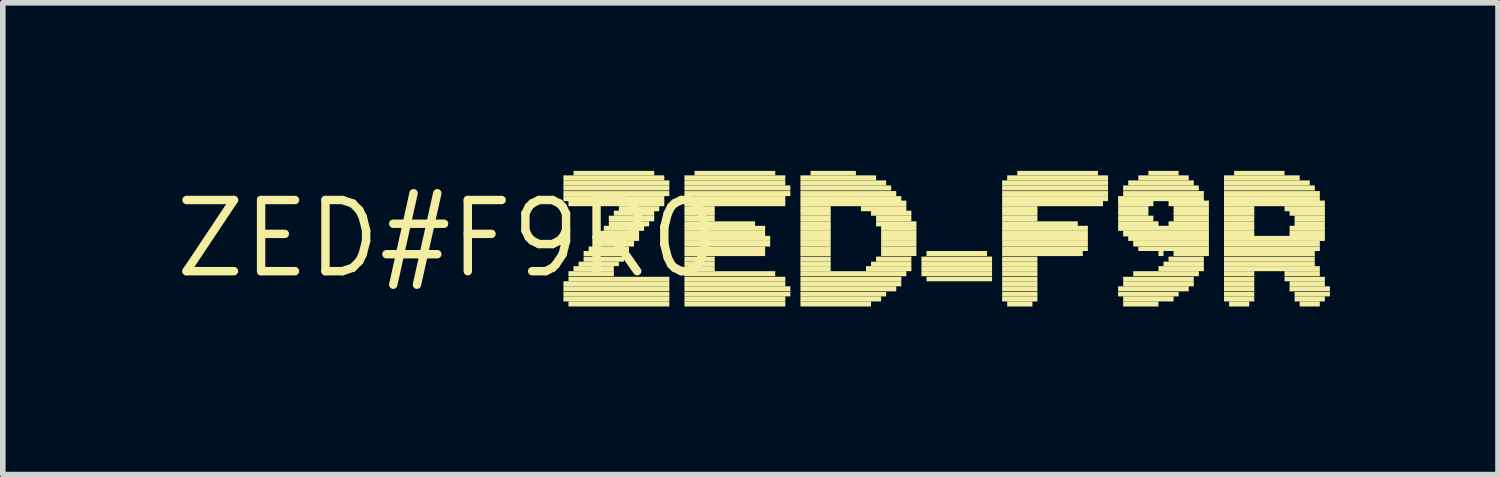
<source format=kicad_pcb>
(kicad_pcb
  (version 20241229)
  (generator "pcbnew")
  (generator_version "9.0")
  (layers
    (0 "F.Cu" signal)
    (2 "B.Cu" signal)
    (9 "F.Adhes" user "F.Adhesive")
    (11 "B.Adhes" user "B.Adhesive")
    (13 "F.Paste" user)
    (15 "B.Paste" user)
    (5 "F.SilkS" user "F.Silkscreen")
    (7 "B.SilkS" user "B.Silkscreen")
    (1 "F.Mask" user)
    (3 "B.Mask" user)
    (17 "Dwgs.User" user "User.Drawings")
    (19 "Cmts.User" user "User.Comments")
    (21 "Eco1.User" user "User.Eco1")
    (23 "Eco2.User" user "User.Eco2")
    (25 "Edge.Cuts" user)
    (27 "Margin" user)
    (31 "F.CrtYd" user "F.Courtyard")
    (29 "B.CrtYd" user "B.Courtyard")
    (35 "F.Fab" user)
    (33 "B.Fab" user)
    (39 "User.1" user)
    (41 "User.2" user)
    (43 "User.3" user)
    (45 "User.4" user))
  (footprint "ZED#F9R0"
    (layer "F.Cu")
    (at 4.936 1.21)
    (property "Reference" "ZED#F9R0" (at 0 0 0) (layer "F.SilkS") (effects (font (size 1.27 1.27) (thickness 0.15))))
    (fp_poly (pts (xy 2.07 -1.04) (xy 3.87 -1.04) (xy 3.87 -1.13) (xy 2.07 -1.13)) (stroke (width 0) (type default)) (fill yes) (layer "F.SilkS"))
    (fp_poly (pts (xy 2.07 -0.95) (xy 3.96 -0.95) (xy 3.96 -1.04) (xy 2.07 -1.04)) (stroke (width 0) (type default)) (fill yes) (layer "F.SilkS"))
    (fp_poly (pts (xy 2.07 -0.86) (xy 3.96 -0.86) (xy 3.96 -0.95) (xy 2.07 -0.95)) (stroke (width 0) (type default)) (fill yes) (layer "F.SilkS"))
    (fp_poly (pts (xy 2.07 -0.76) (xy 3.96 -0.76) (xy 3.96 -0.85) (xy 2.07 -0.85)) (stroke (width 0) (type default)) (fill yes) (layer "F.SilkS"))
    (fp_poly (pts (xy 2.07 -0.67) (xy 3.87 -0.67) (xy 3.87 -0.76) (xy 2.07 -0.76)) (stroke (width 0) (type default)) (fill yes) (layer "F.SilkS"))
    (fp_poly (pts (xy 2.07 0.85) (xy 3.96 0.85) (xy 3.96 0.76) (xy 2.07 0.76)) (stroke (width 0) (type default)) (fill yes) (layer "F.SilkS"))
    (fp_poly (pts (xy 2.07 0.94) (xy 3.96 0.94) (xy 3.96 0.85) (xy 2.07 0.85)) (stroke (width 0) (type default)) (fill yes) (layer "F.SilkS"))
    (fp_poly (pts (xy 2.07 1.03) (xy 3.96 1.03) (xy 3.96 0.95) (xy 2.07 0.95)) (stroke (width 0) (type default)) (fill yes) (layer "F.SilkS"))
    (fp_poly (pts (xy 2.07 1.12) (xy 3.96 1.12) (xy 3.96 1.03) (xy 2.07 1.03)) (stroke (width 0) (type default)) (fill yes) (layer "F.SilkS"))
    (fp_poly (pts (xy 2.16 -0.58) (xy 3.87 -0.58) (xy 3.87 -0.68) (xy 2.16 -0.68)) (stroke (width 0) (type default)) (fill yes) (layer "F.SilkS"))
    (fp_poly (pts (xy 2.16 0.67) (xy 2.97 0.67) (xy 2.97 0.58) (xy 2.16 0.58)) (stroke (width 0) (type default)) (fill yes) (layer "F.SilkS"))
    (fp_poly (pts (xy 2.16 0.76) (xy 3.96 0.76) (xy 3.96 0.68) (xy 2.16 0.68)) (stroke (width 0) (type default)) (fill yes) (layer "F.SilkS"))
    (fp_poly (pts (xy 2.16 1.21) (xy 3.96 1.21) (xy 3.96 1.12) (xy 2.16 1.12)) (stroke (width 0) (type default)) (fill yes) (layer "F.SilkS"))
    (fp_poly (pts (xy 2.25 -1.13) (xy 3.69 -1.13) (xy 3.69 -1.21) (xy 2.25 -1.21)) (stroke (width 0) (type default)) (fill yes) (layer "F.SilkS"))
    (fp_poly (pts (xy 2.25 0.58) (xy 2.97 0.58) (xy 2.97 0.49) (xy 2.25 0.49)) (stroke (width 0) (type default)) (fill yes) (layer "F.SilkS"))
    (fp_poly (pts (xy 2.34 0.49) (xy 3.06 0.49) (xy 3.06 0.41) (xy 2.34 0.41)) (stroke (width 0) (type default)) (fill yes) (layer "F.SilkS"))
    (fp_poly (pts (xy 2.43 0.31) (xy 3.24 0.31) (xy 3.24 0.22) (xy 2.43 0.22)) (stroke (width 0) (type default)) (fill yes) (layer "F.SilkS"))
    (fp_poly (pts (xy 2.43 0.41) (xy 3.15 0.41) (xy 3.15 0.32) (xy 2.43 0.32)) (stroke (width 0) (type default)) (fill yes) (layer "F.SilkS"))
    (fp_poly (pts (xy 2.52 0.22) (xy 3.24 0.22) (xy 3.24 0.14) (xy 2.52 0.14)) (stroke (width 0) (type default)) (fill yes) (layer "F.SilkS"))
    (fp_poly (pts (xy 2.61 0.04) (xy 3.42 0.04) (xy 3.42 -0.05) (xy 2.61 -0.05)) (stroke (width 0) (type default)) (fill yes) (layer "F.SilkS"))
    (fp_poly (pts (xy 2.61 0.14) (xy 3.33 0.14) (xy 3.33 0.04) (xy 2.61 0.04)) (stroke (width 0) (type default)) (fill yes) (layer "F.SilkS"))
    (fp_poly (pts (xy 2.7 -0.04) (xy 3.42 -0.04) (xy 3.42 -0.14) (xy 2.7 -0.14)) (stroke (width 0) (type default)) (fill yes) (layer "F.SilkS"))
    (fp_poly (pts (xy 2.79 -0.14) (xy 3.51 -0.14) (xy 3.51 -0.23) (xy 2.79 -0.23)) (stroke (width 0) (type default)) (fill yes) (layer "F.SilkS"))
    (fp_poly (pts (xy 2.88 -0.31) (xy 3.69 -0.31) (xy 3.69 -0.41) (xy 2.88 -0.41)) (stroke (width 0) (type default)) (fill yes) (layer "F.SilkS"))
    (fp_poly (pts (xy 2.88 -0.22) (xy 3.6 -0.22) (xy 3.6 -0.31) (xy 2.88 -0.31)) (stroke (width 0) (type default)) (fill yes) (layer "F.SilkS"))
    (fp_poly (pts (xy 2.97 -0.41) (xy 3.69 -0.41) (xy 3.69 -0.5) (xy 2.97 -0.5)) (stroke (width 0) (type default)) (fill yes) (layer "F.SilkS"))
    (fp_poly (pts (xy 3.06 -0.49) (xy 3.78 -0.49) (xy 3.78 -0.58) (xy 3.06 -0.58)) (stroke (width 0) (type default)) (fill yes) (layer "F.SilkS"))
    (fp_poly (pts (xy 4.23 -1.04) (xy 6.03 -1.04) (xy 6.03 -1.13) (xy 4.23 -1.13)) (stroke (width 0) (type default)) (fill yes) (layer "F.SilkS"))
    (fp_poly (pts (xy 4.23 -0.95) (xy 6.03 -0.95) (xy 6.03 -1.04) (xy 4.23 -1.04)) (stroke (width 0) (type default)) (fill yes) (layer "F.SilkS"))
    (fp_poly (pts (xy 4.23 -0.86) (xy 6.12 -0.86) (xy 6.12 -0.95) (xy 4.23 -0.95)) (stroke (width 0) (type default)) (fill yes) (layer "F.SilkS"))
    (fp_poly (pts (xy 4.23 -0.76) (xy 6.12 -0.76) (xy 6.12 -0.85) (xy 4.23 -0.85)) (stroke (width 0) (type default)) (fill yes) (layer "F.SilkS"))
    (fp_poly (pts (xy 4.23 -0.67) (xy 6.03 -0.67) (xy 6.03 -0.76) (xy 4.23 -0.76)) (stroke (width 0) (type default)) (fill yes) (layer "F.SilkS"))
    (fp_poly (pts (xy 4.23 -0.58) (xy 6.03 -0.58) (xy 6.03 -0.68) (xy 4.23 -0.68)) (stroke (width 0) (type default)) (fill yes) (layer "F.SilkS"))
    (fp_poly (pts (xy 4.23 -0.49) (xy 4.77 -0.49) (xy 4.77 -0.58) (xy 4.23 -0.58)) (stroke (width 0) (type default)) (fill yes) (layer "F.SilkS"))
    (fp_poly (pts (xy 4.23 -0.41) (xy 4.77 -0.41) (xy 4.77 -0.5) (xy 4.23 -0.5)) (stroke (width 0) (type default)) (fill yes) (layer "F.SilkS"))
    (fp_poly (pts (xy 4.23 -0.31) (xy 4.77 -0.31) (xy 4.77 -0.41) (xy 4.23 -0.41)) (stroke (width 0) (type default)) (fill yes) (layer "F.SilkS"))
    (fp_poly (pts (xy 4.23 -0.22) (xy 5.49 -0.22) (xy 5.49 -0.31) (xy 4.23 -0.31)) (stroke (width 0) (type default)) (fill yes) (layer "F.SilkS"))
    (fp_poly (pts (xy 4.23 -0.14) (xy 5.67 -0.14) (xy 5.67 -0.23) (xy 4.23 -0.23)) (stroke (width 0) (type default)) (fill yes) (layer "F.SilkS"))
    (fp_poly (pts (xy 4.23 -0.04) (xy 5.67 -0.04) (xy 5.67 -0.14) (xy 4.23 -0.14)) (stroke (width 0) (type default)) (fill yes) (layer "F.SilkS"))
    (fp_poly (pts (xy 4.23 0.04) (xy 5.76 0.04) (xy 5.76 -0.05) (xy 4.23 -0.05)) (stroke (width 0) (type default)) (fill yes) (layer "F.SilkS"))
    (fp_poly (pts (xy 4.23 0.14) (xy 5.76 0.14) (xy 5.76 0.04) (xy 4.23 0.04)) (stroke (width 0) (type default)) (fill yes) (layer "F.SilkS"))
    (fp_poly (pts (xy 4.23 0.22) (xy 5.67 0.22) (xy 5.67 0.14) (xy 4.23 0.14)) (stroke (width 0) (type default)) (fill yes) (layer "F.SilkS"))
    (fp_poly (pts (xy 4.23 0.31) (xy 5.67 0.31) (xy 5.67 0.22) (xy 4.23 0.22)) (stroke (width 0) (type default)) (fill yes) (layer "F.SilkS"))
    (fp_poly (pts (xy 4.23 0.41) (xy 4.77 0.41) (xy 4.77 0.32) (xy 4.23 0.32)) (stroke (width 0) (type default)) (fill yes) (layer "F.SilkS"))
    (fp_poly (pts (xy 4.23 0.49) (xy 4.77 0.49) (xy 4.77 0.41) (xy 4.23 0.41)) (stroke (width 0) (type default)) (fill yes) (layer "F.SilkS"))
    (fp_poly (pts (xy 4.23 0.58) (xy 4.77 0.58) (xy 4.77 0.49) (xy 4.23 0.49)) (stroke (width 0) (type default)) (fill yes) (layer "F.SilkS"))
    (fp_poly (pts (xy 4.23 0.67) (xy 5.85 0.67) (xy 5.85 0.58) (xy 4.23 0.58)) (stroke (width 0) (type default)) (fill yes) (layer "F.SilkS"))
    (fp_poly (pts (xy 4.23 0.76) (xy 6.03 0.76) (xy 6.03 0.68) (xy 4.23 0.68)) (stroke (width 0) (type default)) (fill yes) (layer "F.SilkS"))
    (fp_poly (pts (xy 4.23 0.85) (xy 6.03 0.85) (xy 6.03 0.76) (xy 4.23 0.76)) (stroke (width 0) (type default)) (fill yes) (layer "F.SilkS"))
    (fp_poly (pts (xy 4.23 0.94) (xy 6.12 0.94) (xy 6.12 0.85) (xy 4.23 0.85)) (stroke (width 0) (type default)) (fill yes) (layer "F.SilkS"))
    (fp_poly (pts (xy 4.23 1.03) (xy 6.12 1.03) (xy 6.12 0.95) (xy 4.23 0.95)) (stroke (width 0) (type default)) (fill yes) (layer "F.SilkS"))
    (fp_poly (pts (xy 4.23 1.12) (xy 6.03 1.12) (xy 6.03 1.03) (xy 4.23 1.03)) (stroke (width 0) (type default)) (fill yes) (layer "F.SilkS"))
    (fp_poly (pts (xy 4.23 1.21) (xy 6.03 1.21) (xy 6.03 1.12) (xy 4.23 1.12)) (stroke (width 0) (type default)) (fill yes) (layer "F.SilkS"))
    (fp_poly (pts (xy 4.41 -1.13) (xy 5.85 -1.13) (xy 5.85 -1.21) (xy 4.41 -1.21)) (stroke (width 0) (type default)) (fill yes) (layer "F.SilkS"))
    (fp_poly (pts (xy 6.3 -1.04) (xy 7.65 -1.04) (xy 7.65 -1.13) (xy 6.3 -1.13)) (stroke (width 0) (type default)) (fill yes) (layer "F.SilkS"))
    (fp_poly (pts (xy 6.3 -0.95) (xy 7.83 -0.95) (xy 7.83 -1.04) (xy 6.3 -1.04)) (stroke (width 0) (type default)) (fill yes) (layer "F.SilkS"))
    (fp_poly (pts (xy 6.3 -0.86) (xy 7.92 -0.86) (xy 7.92 -0.95) (xy 6.3 -0.95)) (stroke (width 0) (type default)) (fill yes) (layer "F.SilkS"))
    (fp_poly (pts (xy 6.3 -0.76) (xy 8.01 -0.76) (xy 8.01 -0.85) (xy 6.3 -0.85)) (stroke (width 0) (type default)) (fill yes) (layer "F.SilkS"))
    (fp_poly (pts (xy 6.3 -0.67) (xy 8.1 -0.67) (xy 8.1 -0.76) (xy 6.3 -0.76)) (stroke (width 0) (type default)) (fill yes) (layer "F.SilkS"))
    (fp_poly (pts (xy 6.3 -0.58) (xy 8.19 -0.58) (xy 8.19 -0.68) (xy 6.3 -0.68)) (stroke (width 0) (type default)) (fill yes) (layer "F.SilkS"))
    (fp_poly (pts (xy 6.3 -0.49) (xy 6.84 -0.49) (xy 6.84 -0.58) (xy 6.3 -0.58)) (stroke (width 0) (type default)) (fill yes) (layer "F.SilkS"))
    (fp_poly (pts (xy 6.3 -0.41) (xy 6.84 -0.41) (xy 6.84 -0.5) (xy 6.3 -0.5)) (stroke (width 0) (type default)) (fill yes) (layer "F.SilkS"))
    (fp_poly (pts (xy 6.3 -0.31) (xy 6.84 -0.31) (xy 6.84 -0.41) (xy 6.3 -0.41)) (stroke (width 0) (type default)) (fill yes) (layer "F.SilkS"))
    (fp_poly (pts (xy 6.3 -0.22) (xy 6.84 -0.22) (xy 6.84 -0.31) (xy 6.3 -0.31)) (stroke (width 0) (type default)) (fill yes) (layer "F.SilkS"))
    (fp_poly (pts (xy 6.3 -0.14) (xy 6.84 -0.14) (xy 6.84 -0.23) (xy 6.3 -0.23)) (stroke (width 0) (type default)) (fill yes) (layer "F.SilkS"))
    (fp_poly (pts (xy 6.3 -0.04) (xy 6.84 -0.04) (xy 6.84 -0.14) (xy 6.3 -0.14)) (stroke (width 0) (type default)) (fill yes) (layer "F.SilkS"))
    (fp_poly (pts (xy 6.3 0.04) (xy 6.84 0.04) (xy 6.84 -0.05) (xy 6.3 -0.05)) (stroke (width 0) (type default)) (fill yes) (layer "F.SilkS"))
    (fp_poly (pts (xy 6.3 0.14) (xy 6.84 0.14) (xy 6.84 0.04) (xy 6.3 0.04)) (stroke (width 0) (type default)) (fill yes) (layer "F.SilkS"))
    (fp_poly (pts (xy 6.3 0.22) (xy 6.84 0.22) (xy 6.84 0.14) (xy 6.3 0.14)) (stroke (width 0) (type default)) (fill yes) (layer "F.SilkS"))
    (fp_poly (pts (xy 6.3 0.31) (xy 6.84 0.31) (xy 6.84 0.22) (xy 6.3 0.22)) (stroke (width 0) (type default)) (fill yes) (layer "F.SilkS"))
    (fp_poly (pts (xy 6.3 0.41) (xy 6.84 0.41) (xy 6.84 0.32) (xy 6.3 0.32)) (stroke (width 0) (type default)) (fill yes) (layer "F.SilkS"))
    (fp_poly (pts (xy 6.3 0.49) (xy 6.84 0.49) (xy 6.84 0.41) (xy 6.3 0.41)) (stroke (width 0) (type default)) (fill yes) (layer "F.SilkS"))
    (fp_poly (pts (xy 6.3 0.58) (xy 6.84 0.58) (xy 6.84 0.49) (xy 6.3 0.49)) (stroke (width 0) (type default)) (fill yes) (layer "F.SilkS"))
    (fp_poly (pts (xy 6.3 0.67) (xy 8.19 0.67) (xy 8.19 0.58) (xy 6.3 0.58)) (stroke (width 0) (type default)) (fill yes) (layer "F.SilkS"))
    (fp_poly (pts (xy 6.3 0.76) (xy 8.1 0.76) (xy 8.1 0.68) (xy 6.3 0.68)) (stroke (width 0) (type default)) (fill yes) (layer "F.SilkS"))
    (fp_poly (pts (xy 6.3 0.85) (xy 8.1 0.85) (xy 8.1 0.76) (xy 6.3 0.76)) (stroke (width 0) (type default)) (fill yes) (layer "F.SilkS"))
    (fp_poly (pts (xy 6.3 0.94) (xy 8.01 0.94) (xy 8.01 0.85) (xy 6.3 0.85)) (stroke (width 0) (type default)) (fill yes) (layer "F.SilkS"))
    (fp_poly (pts (xy 6.3 1.03) (xy 7.83 1.03) (xy 7.83 0.95) (xy 6.3 0.95)) (stroke (width 0) (type default)) (fill yes) (layer "F.SilkS"))
    (fp_poly (pts (xy 6.3 1.12) (xy 7.74 1.12) (xy 7.74 1.03) (xy 6.3 1.03)) (stroke (width 0) (type default)) (fill yes) (layer "F.SilkS"))
    (fp_poly (pts (xy 6.3 1.21) (xy 7.56 1.21) (xy 7.56 1.12) (xy 6.3 1.12)) (stroke (width 0) (type default)) (fill yes) (layer "F.SilkS"))
    (fp_poly (pts (xy 6.48 -1.13) (xy 7.29 -1.13) (xy 7.29 -1.21) (xy 6.48 -1.21)) (stroke (width 0) (type default)) (fill yes) (layer "F.SilkS"))
    (fp_poly (pts (xy 7.38 -0.49) (xy 8.19 -0.49) (xy 8.19 -0.58) (xy 7.38 -0.58)) (stroke (width 0) (type default)) (fill yes) (layer "F.SilkS"))
    (fp_poly (pts (xy 7.47 0.58) (xy 8.28 0.58) (xy 8.28 0.49) (xy 7.47 0.49)) (stroke (width 0) (type default)) (fill yes) (layer "F.SilkS"))
    (fp_poly (pts (xy 7.56 -0.41) (xy 8.28 -0.41) (xy 8.28 -0.5) (xy 7.56 -0.5)) (stroke (width 0) (type default)) (fill yes) (layer "F.SilkS"))
    (fp_poly (pts (xy 7.56 0.49) (xy 8.28 0.49) (xy 8.28 0.41) (xy 7.56 0.41)) (stroke (width 0) (type default)) (fill yes) (layer "F.SilkS"))
    (fp_poly (pts (xy 7.65 -0.31) (xy 8.28 -0.31) (xy 8.28 -0.41) (xy 7.65 -0.41)) (stroke (width 0) (type default)) (fill yes) (layer "F.SilkS"))
    (fp_poly (pts (xy 7.65 -0.22) (xy 8.37 -0.22) (xy 8.37 -0.31) (xy 7.65 -0.31)) (stroke (width 0) (type default)) (fill yes) (layer "F.SilkS"))
    (fp_poly (pts (xy 7.65 0.41) (xy 8.28 0.41) (xy 8.28 0.32) (xy 7.65 0.32)) (stroke (width 0) (type default)) (fill yes) (layer "F.SilkS"))
    (fp_poly (pts (xy 7.74 -0.14) (xy 8.37 -0.14) (xy 8.37 -0.23) (xy 7.74 -0.23)) (stroke (width 0) (type default)) (fill yes) (layer "F.SilkS"))
    (fp_poly (pts (xy 7.74 -0.04) (xy 8.37 -0.04) (xy 8.37 -0.14) (xy 7.74 -0.14)) (stroke (width 0) (type default)) (fill yes) (layer "F.SilkS"))
    (fp_poly (pts (xy 7.74 0.04) (xy 8.37 0.04) (xy 8.37 -0.05) (xy 7.74 -0.05)) (stroke (width 0) (type default)) (fill yes) (layer "F.SilkS"))
    (fp_poly (pts (xy 7.74 0.14) (xy 8.37 0.14) (xy 8.37 0.04) (xy 7.74 0.04)) (stroke (width 0) (type default)) (fill yes) (layer "F.SilkS"))
    (fp_poly (pts (xy 7.74 0.22) (xy 8.37 0.22) (xy 8.37 0.14) (xy 7.74 0.14)) (stroke (width 0) (type default)) (fill yes) (layer "F.SilkS"))
    (fp_poly (pts (xy 7.74 0.31) (xy 8.37 0.31) (xy 8.37 0.22) (xy 7.74 0.22)) (stroke (width 0) (type default)) (fill yes) (layer "F.SilkS"))
    (fp_poly (pts (xy 8.46 0.41) (xy 9.72 0.41) (xy 9.72 0.32) (xy 8.46 0.32)) (stroke (width 0) (type default)) (fill yes) (layer "F.SilkS"))
    (fp_poly (pts (xy 8.46 0.49) (xy 9.72 0.49) (xy 9.72 0.41) (xy 8.46 0.41)) (stroke (width 0) (type default)) (fill yes) (layer "F.SilkS"))
    (fp_poly (pts (xy 8.46 0.58) (xy 9.72 0.58) (xy 9.72 0.49) (xy 8.46 0.49)) (stroke (width 0) (type default)) (fill yes) (layer "F.SilkS"))
    (fp_poly (pts (xy 8.46 0.67) (xy 9.72 0.67) (xy 9.72 0.58) (xy 8.46 0.58)) (stroke (width 0) (type default)) (fill yes) (layer "F.SilkS"))
    (fp_poly (pts (xy 8.55 0.31) (xy 9.63 0.31) (xy 9.63 0.22) (xy 8.55 0.22)) (stroke (width 0) (type default)) (fill yes) (layer "F.SilkS"))
    (fp_poly (pts (xy 8.55 0.76) (xy 9.72 0.76) (xy 9.72 0.68) (xy 8.55 0.68)) (stroke (width 0) (type default)) (fill yes) (layer "F.SilkS"))
    (fp_poly (pts (xy 9.9 -0.95) (xy 11.79 -0.95) (xy 11.79 -1.04) (xy 9.9 -1.04)) (stroke (width 0) (type default)) (fill yes) (layer "F.SilkS"))
    (fp_poly (pts (xy 9.9 -0.86) (xy 11.79 -0.86) (xy 11.79 -0.95) (xy 9.9 -0.95)) (stroke (width 0) (type default)) (fill yes) (layer "F.SilkS"))
    (fp_poly (pts (xy 9.9 -0.76) (xy 11.79 -0.76) (xy 11.79 -0.85) (xy 9.9 -0.85)) (stroke (width 0) (type default)) (fill yes) (layer "F.SilkS"))
    (fp_poly (pts (xy 9.9 -0.67) (xy 11.79 -0.67) (xy 11.79 -0.76) (xy 9.9 -0.76)) (stroke (width 0) (type default)) (fill yes) (layer "F.SilkS"))
    (fp_poly (pts (xy 9.9 -0.58) (xy 11.7 -0.58) (xy 11.7 -0.68) (xy 9.9 -0.68)) (stroke (width 0) (type default)) (fill yes) (layer "F.SilkS"))
    (fp_poly (pts (xy 9.9 -0.49) (xy 10.53 -0.49) (xy 10.53 -0.58) (xy 9.9 -0.58)) (stroke (width 0) (type default)) (fill yes) (layer "F.SilkS"))
    (fp_poly (pts (xy 9.9 -0.41) (xy 10.53 -0.41) (xy 10.53 -0.5) (xy 9.9 -0.5)) (stroke (width 0) (type default)) (fill yes) (layer "F.SilkS"))
    (fp_poly (pts (xy 9.9 -0.31) (xy 10.53 -0.31) (xy 10.53 -0.41) (xy 9.9 -0.41)) (stroke (width 0) (type default)) (fill yes) (layer "F.SilkS"))
    (fp_poly (pts (xy 9.9 -0.22) (xy 11.25 -0.22) (xy 11.25 -0.31) (xy 9.9 -0.31)) (stroke (width 0) (type default)) (fill yes) (layer "F.SilkS"))
    (fp_poly (pts (xy 9.9 -0.14) (xy 11.43 -0.14) (xy 11.43 -0.23) (xy 9.9 -0.23)) (stroke (width 0) (type default)) (fill yes) (layer "F.SilkS"))
    (fp_poly (pts (xy 9.9 -0.04) (xy 11.43 -0.04) (xy 11.43 -0.14) (xy 9.9 -0.14)) (stroke (width 0) (type default)) (fill yes) (layer "F.SilkS"))
    (fp_poly (pts (xy 9.9 0.04) (xy 11.43 0.04) (xy 11.43 -0.05) (xy 9.9 -0.05)) (stroke (width 0) (type default)) (fill yes) (layer "F.SilkS"))
    (fp_poly (pts (xy 9.9 0.14) (xy 11.43 0.14) (xy 11.43 0.04) (xy 9.9 0.04)) (stroke (width 0) (type default)) (fill yes) (layer "F.SilkS"))
    (fp_poly (pts (xy 9.9 0.22) (xy 11.43 0.22) (xy 11.43 0.14) (xy 9.9 0.14)) (stroke (width 0) (type default)) (fill yes) (layer "F.SilkS"))
    (fp_poly (pts (xy 9.9 0.31) (xy 11.34 0.31) (xy 11.34 0.22) (xy 9.9 0.22)) (stroke (width 0) (type default)) (fill yes) (layer "F.SilkS"))
    (fp_poly (pts (xy 9.9 0.41) (xy 10.53 0.41) (xy 10.53 0.32) (xy 9.9 0.32)) (stroke (width 0) (type default)) (fill yes) (layer "F.SilkS"))
    (fp_poly (pts (xy 9.9 0.49) (xy 10.53 0.49) (xy 10.53 0.41) (xy 9.9 0.41)) (stroke (width 0) (type default)) (fill yes) (layer "F.SilkS"))
    (fp_poly (pts (xy 9.9 0.58) (xy 10.53 0.58) (xy 10.53 0.49) (xy 9.9 0.49)) (stroke (width 0) (type default)) (fill yes) (layer "F.SilkS"))
    (fp_poly (pts (xy 9.9 0.67) (xy 10.53 0.67) (xy 10.53 0.58) (xy 9.9 0.58)) (stroke (width 0) (type default)) (fill yes) (layer "F.SilkS"))
    (fp_poly (pts (xy 9.9 0.76) (xy 10.53 0.76) (xy 10.53 0.68) (xy 9.9 0.68)) (stroke (width 0) (type default)) (fill yes) (layer "F.SilkS"))
    (fp_poly (pts (xy 9.9 0.85) (xy 10.53 0.85) (xy 10.53 0.76) (xy 9.9 0.76)) (stroke (width 0) (type default)) (fill yes) (layer "F.SilkS"))
    (fp_poly (pts (xy 9.9 0.94) (xy 10.53 0.94) (xy 10.53 0.85) (xy 9.9 0.85)) (stroke (width 0) (type default)) (fill yes) (layer "F.SilkS"))
    (fp_poly (pts (xy 9.9 1.03) (xy 10.53 1.03) (xy 10.53 0.95) (xy 9.9 0.95)) (stroke (width 0) (type default)) (fill yes) (layer "F.SilkS"))
    (fp_poly (pts (xy 9.9 1.12) (xy 10.53 1.12) (xy 10.53 1.03) (xy 9.9 1.03)) (stroke (width 0) (type default)) (fill yes) (layer "F.SilkS"))
    (fp_poly (pts (xy 9.99 -1.04) (xy 11.79 -1.04) (xy 11.79 -1.13) (xy 9.99 -1.13)) (stroke (width 0) (type default)) (fill yes) (layer "F.SilkS"))
    (fp_poly (pts (xy 9.99 1.21) (xy 10.44 1.21) (xy 10.44 1.12) (xy 9.99 1.12)) (stroke (width 0) (type default)) (fill yes) (layer "F.SilkS"))
    (fp_poly (pts (xy 10.17 -1.13) (xy 11.61 -1.13) (xy 11.61 -1.21) (xy 10.17 -1.21)) (stroke (width 0) (type default)) (fill yes) (layer "F.SilkS"))
    (fp_poly (pts (xy 11.97 -0.67) (xy 13.5 -0.67) (xy 13.5 -0.76) (xy 11.97 -0.76)) (stroke (width 0) (type default)) (fill yes) (layer "F.SilkS"))
    (fp_poly (pts (xy 11.97 -0.58) (xy 12.6 -0.58) (xy 12.6 -0.68) (xy 11.97 -0.68)) (stroke (width 0) (type default)) (fill yes) (layer "F.SilkS"))
    (fp_poly (pts (xy 11.97 -0.49) (xy 12.51 -0.49) (xy 12.51 -0.58) (xy 11.97 -0.58)) (stroke (width 0) (type default)) (fill yes) (layer "F.SilkS"))
    (fp_poly (pts (xy 11.97 -0.41) (xy 12.51 -0.41) (xy 12.51 -0.5) (xy 11.97 -0.5)) (stroke (width 0) (type default)) (fill yes) (layer "F.SilkS"))
    (fp_poly (pts (xy 11.97 -0.31) (xy 12.6 -0.31) (xy 12.6 -0.41) (xy 11.97 -0.41)) (stroke (width 0) (type default)) (fill yes) (layer "F.SilkS"))
    (fp_poly (pts (xy 11.97 -0.22) (xy 12.69 -0.22) (xy 12.69 -0.31) (xy 11.97 -0.31)) (stroke (width 0) (type default)) (fill yes) (layer "F.SilkS"))
    (fp_poly (pts (xy 11.97 -0.14) (xy 13.59 -0.14) (xy 13.59 -0.23) (xy 11.97 -0.23)) (stroke (width 0) (type default)) (fill yes) (layer "F.SilkS"))
    (fp_poly (pts (xy 11.97 0.94) (xy 13.23 0.94) (xy 13.23 0.85) (xy 11.97 0.85)) (stroke (width 0) (type default)) (fill yes) (layer "F.SilkS"))
    (fp_poly (pts (xy 11.97 1.03) (xy 13.05 1.03) (xy 13.05 0.95) (xy 11.97 0.95)) (stroke (width 0) (type default)) (fill yes) (layer "F.SilkS"))
    (fp_poly (pts (xy 12.06 -0.86) (xy 13.41 -0.86) (xy 13.41 -0.95) (xy 12.06 -0.95)) (stroke (width 0) (type default)) (fill yes) (layer "F.SilkS"))
    (fp_poly (pts (xy 12.06 -0.76) (xy 13.5 -0.76) (xy 13.5 -0.85) (xy 12.06 -0.85)) (stroke (width 0) (type default)) (fill yes) (layer "F.SilkS"))
    (fp_poly (pts (xy 12.06 -0.04) (xy 13.59 -0.04) (xy 13.59 -0.14) (xy 12.06 -0.14)) (stroke (width 0) (type default)) (fill yes) (layer "F.SilkS"))
    (fp_poly (pts (xy 12.06 0.76) (xy 13.32 0.76) (xy 13.32 0.68) (xy 12.06 0.68)) (stroke (width 0) (type default)) (fill yes) (layer "F.SilkS"))
    (fp_poly (pts (xy 12.06 0.85) (xy 13.32 0.85) (xy 13.32 0.76) (xy 12.06 0.76)) (stroke (width 0) (type default)) (fill yes) (layer "F.SilkS"))
    (fp_poly (pts (xy 12.06 1.12) (xy 12.96 1.12) (xy 12.96 1.03) (xy 12.06 1.03)) (stroke (width 0) (type default)) (fill yes) (layer "F.SilkS"))
    (fp_poly (pts (xy 12.06 1.21) (xy 12.69 1.21) (xy 12.69 1.12) (xy 12.06 1.12)) (stroke (width 0) (type default)) (fill yes) (layer "F.SilkS"))
    (fp_poly (pts (xy 12.15 -0.95) (xy 13.32 -0.95) (xy 13.32 -1.04) (xy 12.15 -1.04)) (stroke (width 0) (type default)) (fill yes) (layer "F.SilkS"))
    (fp_poly (pts (xy 12.15 0.04) (xy 13.59 0.04) (xy 13.59 -0.05) (xy 12.15 -0.05)) (stroke (width 0) (type default)) (fill yes) (layer "F.SilkS"))
    (fp_poly (pts (xy 12.24 0.14) (xy 13.59 0.14) (xy 13.59 0.04) (xy 12.24 0.04)) (stroke (width 0) (type default)) (fill yes) (layer "F.SilkS"))
    (fp_poly (pts (xy 12.24 0.67) (xy 13.41 0.67) (xy 13.41 0.58) (xy 12.24 0.58)) (stroke (width 0) (type default)) (fill yes) (layer "F.SilkS"))
    (fp_poly (pts (xy 12.33 -1.04) (xy 13.23 -1.04) (xy 13.23 -1.13) (xy 12.33 -1.13)) (stroke (width 0) (type default)) (fill yes) (layer "F.SilkS"))
    (fp_poly (pts (xy 12.33 0.22) (xy 13.59 0.22) (xy 13.59 0.14) (xy 12.33 0.14)) (stroke (width 0) (type default)) (fill yes) (layer "F.SilkS"))
    (fp_poly (pts (xy 12.51 -1.13) (xy 13.05 -1.13) (xy 13.05 -1.21) (xy 12.51 -1.21)) (stroke (width 0) (type default)) (fill yes) (layer "F.SilkS"))
    (fp_poly (pts (xy 12.69 0.31) (xy 12.78 0.31) (xy 12.78 0.22) (xy 12.69 0.22)) (stroke (width 0) (type default)) (fill yes) (layer "F.SilkS"))
    (fp_poly (pts (xy 12.69 0.58) (xy 13.5 0.58) (xy 13.5 0.49) (xy 12.69 0.49)) (stroke (width 0) (type default)) (fill yes) (layer "F.SilkS"))
    (fp_poly (pts (xy 12.78 0.49) (xy 13.5 0.49) (xy 13.5 0.41) (xy 12.78 0.41)) (stroke (width 0) (type default)) (fill yes) (layer "F.SilkS"))
    (fp_poly (pts (xy 12.87 -0.58) (xy 13.59 -0.58) (xy 13.59 -0.68) (xy 12.87 -0.68)) (stroke (width 0) (type default)) (fill yes) (layer "F.SilkS"))
    (fp_poly (pts (xy 12.87 -0.22) (xy 13.59 -0.22) (xy 13.59 -0.31) (xy 12.87 -0.31)) (stroke (width 0) (type default)) (fill yes) (layer "F.SilkS"))
    (fp_poly (pts (xy 12.87 0.41) (xy 13.5 0.41) (xy 13.5 0.32) (xy 12.87 0.32)) (stroke (width 0) (type default)) (fill yes) (layer "F.SilkS"))
    (fp_poly (pts (xy 12.96 -0.49) (xy 13.59 -0.49) (xy 13.59 -0.58) (xy 12.96 -0.58)) (stroke (width 0) (type default)) (fill yes) (layer "F.SilkS"))
    (fp_poly (pts (xy 12.96 -0.41) (xy 13.59 -0.41) (xy 13.59 -0.5) (xy 12.96 -0.5)) (stroke (width 0) (type default)) (fill yes) (layer "F.SilkS"))
    (fp_poly (pts (xy 12.96 -0.31) (xy 13.59 -0.31) (xy 13.59 -0.41) (xy 12.96 -0.41)) (stroke (width 0) (type default)) (fill yes) (layer "F.SilkS"))
    (fp_poly (pts (xy 12.96 0.31) (xy 13.59 0.31) (xy 13.59 0.22) (xy 12.96 0.22)) (stroke (width 0) (type default)) (fill yes) (layer "F.SilkS"))
    (fp_poly (pts (xy 13.86 -1.04) (xy 15.21 -1.04) (xy 15.21 -1.13) (xy 13.86 -1.13)) (stroke (width 0) (type default)) (fill yes) (layer "F.SilkS"))
    (fp_poly (pts (xy 13.86 -0.95) (xy 15.39 -0.95) (xy 15.39 -1.04) (xy 13.86 -1.04)) (stroke (width 0) (type default)) (fill yes) (layer "F.SilkS"))
    (fp_poly (pts (xy 13.86 -0.86) (xy 15.48 -0.86) (xy 15.48 -0.95) (xy 13.86 -0.95)) (stroke (width 0) (type default)) (fill yes) (layer "F.SilkS"))
    (fp_poly (pts (xy 13.86 -0.76) (xy 15.57 -0.76) (xy 15.57 -0.85) (xy 13.86 -0.85)) (stroke (width 0) (type default)) (fill yes) (layer "F.SilkS"))
    (fp_poly (pts (xy 13.86 -0.67) (xy 15.57 -0.67) (xy 15.57 -0.76) (xy 13.86 -0.76)) (stroke (width 0) (type default)) (fill yes) (layer "F.SilkS"))
    (fp_poly (pts (xy 13.86 -0.58) (xy 15.66 -0.58) (xy 15.66 -0.68) (xy 13.86 -0.68)) (stroke (width 0) (type default)) (fill yes) (layer "F.SilkS"))
    (fp_poly (pts (xy 13.86 -0.49) (xy 14.4 -0.49) (xy 14.4 -0.58) (xy 13.86 -0.58)) (stroke (width 0) (type default)) (fill yes) (layer "F.SilkS"))
    (fp_poly (pts (xy 13.86 -0.41) (xy 14.4 -0.41) (xy 14.4 -0.5) (xy 13.86 -0.5)) (stroke (width 0) (type default)) (fill yes) (layer "F.SilkS"))
    (fp_poly (pts (xy 13.86 -0.31) (xy 14.4 -0.31) (xy 14.4 -0.41) (xy 13.86 -0.41)) (stroke (width 0) (type default)) (fill yes) (layer "F.SilkS"))
    (fp_poly (pts (xy 13.86 -0.22) (xy 14.4 -0.22) (xy 14.4 -0.31) (xy 13.86 -0.31)) (stroke (width 0) (type default)) (fill yes) (layer "F.SilkS"))
    (fp_poly (pts (xy 13.86 -0.14) (xy 14.4 -0.14) (xy 14.4 -0.23) (xy 13.86 -0.23)) (stroke (width 0) (type default)) (fill yes) (layer "F.SilkS"))
    (fp_poly (pts (xy 13.86 -0.04) (xy 14.4 -0.04) (xy 14.4 -0.14) (xy 13.86 -0.14)) (stroke (width 0) (type default)) (fill yes) (layer "F.SilkS"))
    (fp_poly (pts (xy 13.86 0.04) (xy 15.66 0.04) (xy 15.66 -0.05) (xy 13.86 -0.05)) (stroke (width 0) (type default)) (fill yes) (layer "F.SilkS"))
    (fp_poly (pts (xy 13.86 0.14) (xy 15.57 0.14) (xy 15.57 0.04) (xy 13.86 0.04)) (stroke (width 0) (type default)) (fill yes) (layer "F.SilkS"))
    (fp_poly (pts (xy 13.86 0.22) (xy 15.57 0.22) (xy 15.57 0.14) (xy 13.86 0.14)) (stroke (width 0) (type default)) (fill yes) (layer "F.SilkS"))
    (fp_poly (pts (xy 13.86 0.31) (xy 15.48 0.31) (xy 15.48 0.22) (xy 13.86 0.22)) (stroke (width 0) (type default)) (fill yes) (layer "F.SilkS"))
    (fp_poly (pts (xy 13.86 0.41) (xy 15.48 0.41) (xy 15.48 0.32) (xy 13.86 0.32)) (stroke (width 0) (type default)) (fill yes) (layer "F.SilkS"))
    (fp_poly (pts (xy 13.86 0.49) (xy 15.48 0.49) (xy 15.48 0.41) (xy 13.86 0.41)) (stroke (width 0) (type default)) (fill yes) (layer "F.SilkS"))
    (fp_poly (pts (xy 13.86 0.58) (xy 15.57 0.58) (xy 15.57 0.49) (xy 13.86 0.49)) (stroke (width 0) (type default)) (fill yes) (layer "F.SilkS"))
    (fp_poly (pts (xy 13.86 0.67) (xy 14.4 0.67) (xy 14.4 0.58) (xy 13.86 0.58)) (stroke (width 0) (type default)) (fill yes) (layer "F.SilkS"))
    (fp_poly (pts (xy 13.86 0.76) (xy 14.4 0.76) (xy 14.4 0.68) (xy 13.86 0.68)) (stroke (width 0) (type default)) (fill yes) (layer "F.SilkS"))
    (fp_poly (pts (xy 13.86 0.85) (xy 14.4 0.85) (xy 14.4 0.76) (xy 13.86 0.76)) (stroke (width 0) (type default)) (fill yes) (layer "F.SilkS"))
    (fp_poly (pts (xy 13.86 0.94) (xy 14.4 0.94) (xy 14.4 0.85) (xy 13.86 0.85)) (stroke (width 0) (type default)) (fill yes) (layer "F.SilkS"))
    (fp_poly (pts (xy 13.86 1.03) (xy 14.4 1.03) (xy 14.4 0.95) (xy 13.86 0.95)) (stroke (width 0) (type default)) (fill yes) (layer "F.SilkS"))
    (fp_poly (pts (xy 13.86 1.12) (xy 14.4 1.12) (xy 14.4 1.03) (xy 13.86 1.03)) (stroke (width 0) (type default)) (fill yes) (layer "F.SilkS"))
    (fp_poly (pts (xy 13.95 1.21) (xy 14.31 1.21) (xy 14.31 1.12) (xy 13.95 1.12)) (stroke (width 0) (type default)) (fill yes) (layer "F.SilkS"))
    (fp_poly (pts (xy 14.04 -1.13) (xy 14.94 -1.13) (xy 14.94 -1.21) (xy 14.04 -1.21)) (stroke (width 0) (type default)) (fill yes) (layer "F.SilkS"))
    (fp_poly (pts (xy 14.94 -0.49) (xy 15.66 -0.49) (xy 15.66 -0.58) (xy 14.94 -0.58)) (stroke (width 0) (type default)) (fill yes) (layer "F.SilkS"))
    (fp_poly (pts (xy 14.94 0.67) (xy 15.57 0.67) (xy 15.57 0.58) (xy 14.94 0.58)) (stroke (width 0) (type default)) (fill yes) (layer "F.SilkS"))
    (fp_poly (pts (xy 14.94 0.76) (xy 15.66 0.76) (xy 15.66 0.68) (xy 14.94 0.68)) (stroke (width 0) (type default)) (fill yes) (layer "F.SilkS"))
    (fp_poly (pts (xy 15.03 -0.41) (xy 15.66 -0.41) (xy 15.66 -0.5) (xy 15.03 -0.5)) (stroke (width 0) (type default)) (fill yes) (layer "F.SilkS"))
    (fp_poly (pts (xy 15.03 -0.14) (xy 15.66 -0.14) (xy 15.66 -0.23) (xy 15.03 -0.23)) (stroke (width 0) (type default)) (fill yes) (layer "F.SilkS"))
    (fp_poly (pts (xy 15.03 -0.04) (xy 15.66 -0.04) (xy 15.66 -0.14) (xy 15.03 -0.14)) (stroke (width 0) (type default)) (fill yes) (layer "F.SilkS"))
    (fp_poly (pts (xy 15.03 0.85) (xy 15.66 0.85) (xy 15.66 0.76) (xy 15.03 0.76)) (stroke (width 0) (type default)) (fill yes) (layer "F.SilkS"))
    (fp_poly (pts (xy 15.03 0.94) (xy 15.75 0.94) (xy 15.75 0.85) (xy 15.03 0.85)) (stroke (width 0) (type default)) (fill yes) (layer "F.SilkS"))
    (fp_poly (pts (xy 15.12 -0.31) (xy 15.66 -0.31) (xy 15.66 -0.41) (xy 15.12 -0.41)) (stroke (width 0) (type default)) (fill yes) (layer "F.SilkS"))
    (fp_poly (pts (xy 15.12 -0.22) (xy 15.66 -0.22) (xy 15.66 -0.31) (xy 15.12 -0.31)) (stroke (width 0) (type default)) (fill yes) (layer "F.SilkS"))
    (fp_poly (pts (xy 15.12 1.03) (xy 15.75 1.03) (xy 15.75 0.95) (xy 15.12 0.95)) (stroke (width 0) (type default)) (fill yes) (layer "F.SilkS"))
    (fp_poly (pts (xy 15.12 1.12) (xy 15.66 1.12) (xy 15.66 1.03) (xy 15.12 1.03)) (stroke (width 0) (type default)) (fill yes) (layer "F.SilkS"))
    (fp_poly (pts (xy 15.21 1.21) (xy 15.57 1.21) (xy 15.57 1.12) (xy 15.21 1.12)) (stroke (width 0) (type default)) (fill yes) (layer "F.SilkS")))
  (gr_rect
    (start -3 -3)
    (end 23.686 5.42)
    (stroke (width 0.1) (type default))
    (fill no)
    (layer "Edge.Cuts")))
</source>
